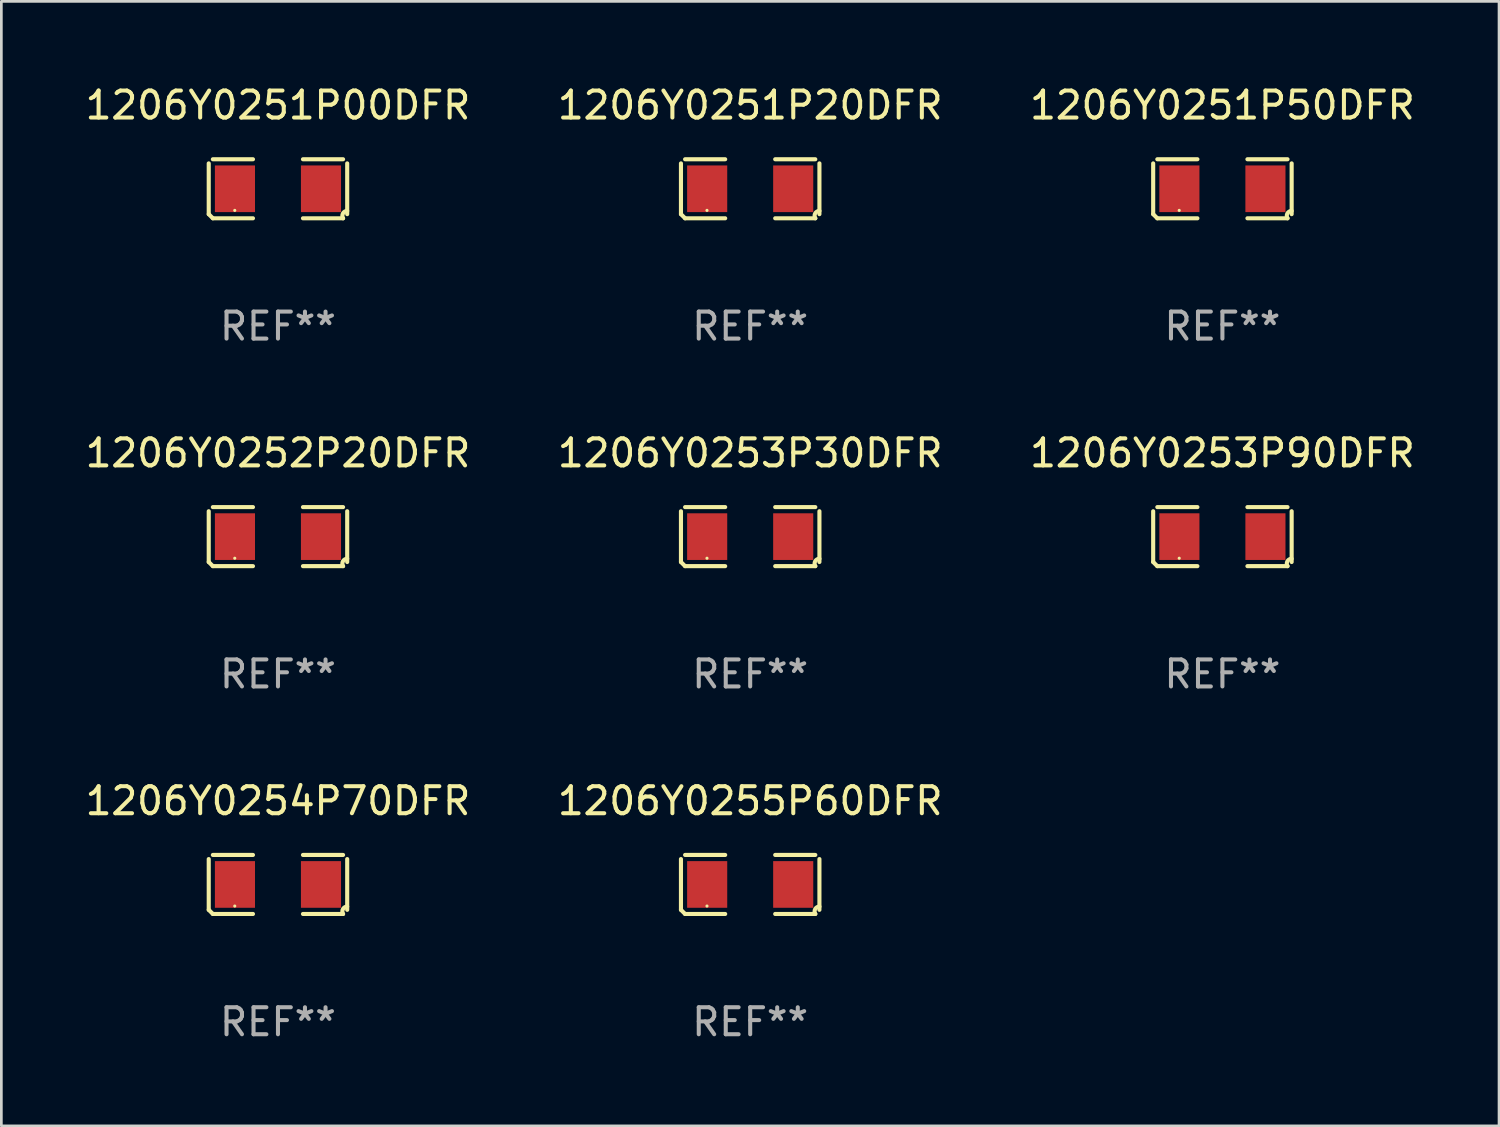
<source format=kicad_pcb>
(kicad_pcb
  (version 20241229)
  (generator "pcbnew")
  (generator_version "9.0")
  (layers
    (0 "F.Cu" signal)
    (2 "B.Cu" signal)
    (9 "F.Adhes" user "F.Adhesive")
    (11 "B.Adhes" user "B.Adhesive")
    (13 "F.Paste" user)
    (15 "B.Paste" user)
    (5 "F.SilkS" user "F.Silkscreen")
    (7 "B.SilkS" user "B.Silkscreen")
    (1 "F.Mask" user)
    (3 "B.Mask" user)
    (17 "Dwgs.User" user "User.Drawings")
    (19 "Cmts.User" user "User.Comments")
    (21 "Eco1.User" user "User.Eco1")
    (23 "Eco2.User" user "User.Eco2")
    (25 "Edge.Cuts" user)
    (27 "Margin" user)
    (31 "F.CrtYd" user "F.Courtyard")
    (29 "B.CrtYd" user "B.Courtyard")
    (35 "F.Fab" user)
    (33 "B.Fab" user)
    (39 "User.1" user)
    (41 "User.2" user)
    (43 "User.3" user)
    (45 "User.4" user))
  (footprint "1206Y0251P20DFR"
    (layer "F.Cu")
    (at 24.732 3.941)
    (property "Reference" "1206Y0251P20DFR" (at 0 -3.093 0) (layer "F.SilkS") (effects (font (size 1 1) (thickness 0.15))))
    (attr through_hole)
    (fp_line (start -2.564 0.94) (end -2.564 -0.94) (stroke (width 0.152) (type solid)) (layer "F.SilkS"))
    (fp_line (start -2.411 -1.093) (end -0.926 -1.093) (stroke (width 0.152) (type solid)) (layer "F.SilkS"))
    (fp_line (start -0.926 1.093) (end -2.411 1.093) (stroke (width 0.152) (type solid)) (layer "F.SilkS"))
    (fp_line (start 0.926 1.093) (end 2.411 1.093) (stroke (width 0.152) (type solid)) (layer "F.SilkS"))
    (fp_line (start 2.411 -1.093) (end 0.926 -1.093) (stroke (width 0.152) (type solid)) (layer "F.SilkS"))
    (fp_line (start 2.564 0.94) (end 2.564 -0.94) (stroke (width 0.152) (type solid)) (layer "F.SilkS"))
    (fp_arc (start -2.411201 1.092609) (mid -2.487413 1.01642) (end -2.563602 0.940208) (stroke (width 0.1524) (type solid)) (layer "F.SilkS"))
    (fp_arc (start 2.411201 1.092609) (mid 2.407159 0.911226) (end 2.563602 0.819347) (stroke (width 0.1524) (type solid)) (layer "F.SilkS"))
    (fp_circle (center -1.6 0.8) (end -1.57 0.8) (stroke (width 0.06) (type solid)) (fill no) (layer "F.SilkS"))
    (fp_text user "REF**" (at 0 5.093 0) (layer "F.Fab") (effects (font (size 1 1) (thickness 0.15))))
    (pad "1" smd rect (at -1.593 0) (size 1.485 1.728) (layers "F.Cu" "F.Mask" "F.Paste"))
    (pad "2" smd rect (at 1.593 0) (size 1.485 1.728) (layers "F.Cu" "F.Mask" "F.Paste")))
  (footprint "1206Y0254P70DFR"
    (layer "F.Cu")
    (at 7.244 29.704)
    (property "Reference" "1206Y0254P70DFR" (at 0 -3.093 0) (layer "F.SilkS") (effects (font (size 1 1) (thickness 0.15))))
    (attr through_hole)
    (fp_line (start -2.564 0.94) (end -2.564 -0.94) (stroke (width 0.152) (type solid)) (layer "F.SilkS"))
    (fp_line (start -2.411 -1.093) (end -0.926 -1.093) (stroke (width 0.152) (type solid)) (layer "F.SilkS"))
    (fp_line (start -0.926 1.093) (end -2.411 1.093) (stroke (width 0.152) (type solid)) (layer "F.SilkS"))
    (fp_line (start 0.926 1.093) (end 2.411 1.093) (stroke (width 0.152) (type solid)) (layer "F.SilkS"))
    (fp_line (start 2.411 -1.093) (end 0.926 -1.093) (stroke (width 0.152) (type solid)) (layer "F.SilkS"))
    (fp_line (start 2.564 0.94) (end 2.564 -0.94) (stroke (width 0.152) (type solid)) (layer "F.SilkS"))
    (fp_arc (start -2.411201 1.092609) (mid -2.487413 1.01642) (end -2.563602 0.940208) (stroke (width 0.1524) (type solid)) (layer "F.SilkS"))
    (fp_arc (start 2.411201 1.092609) (mid 2.407159 0.911226) (end 2.563602 0.819347) (stroke (width 0.1524) (type solid)) (layer "F.SilkS"))
    (fp_circle (center -1.6 0.8) (end -1.57 0.8) (stroke (width 0.06) (type solid)) (fill no) (layer "F.SilkS"))
    (fp_text user "REF**" (at 0 5.093 0) (layer "F.Fab") (effects (font (size 1 1) (thickness 0.15))))
    (pad "1" smd rect (at -1.593 0) (size 1.485 1.728) (layers "F.Cu" "F.Mask" "F.Paste"))
    (pad "2" smd rect (at 1.593 0) (size 1.485 1.728) (layers "F.Cu" "F.Mask" "F.Paste")))
  (footprint "1206Y0252P20DFR"
    (layer "F.Cu")
    (at 7.244 16.823)
    (property "Reference" "1206Y0252P20DFR" (at 0 -3.093 0) (layer "F.SilkS") (effects (font (size 1 1) (thickness 0.15))))
    (attr through_hole)
    (fp_line (start -2.564 0.94) (end -2.564 -0.94) (stroke (width 0.152) (type solid)) (layer "F.SilkS"))
    (fp_line (start -2.411 -1.093) (end -0.926 -1.093) (stroke (width 0.152) (type solid)) (layer "F.SilkS"))
    (fp_line (start -0.926 1.093) (end -2.411 1.093) (stroke (width 0.152) (type solid)) (layer "F.SilkS"))
    (fp_line (start 0.926 1.093) (end 2.411 1.093) (stroke (width 0.152) (type solid)) (layer "F.SilkS"))
    (fp_line (start 2.411 -1.093) (end 0.926 -1.093) (stroke (width 0.152) (type solid)) (layer "F.SilkS"))
    (fp_line (start 2.564 0.94) (end 2.564 -0.94) (stroke (width 0.152) (type solid)) (layer "F.SilkS"))
    (fp_arc (start -2.411201 1.092609) (mid -2.487413 1.01642) (end -2.563602 0.940208) (stroke (width 0.1524) (type solid)) (layer "F.SilkS"))
    (fp_arc (start 2.411201 1.092609) (mid 2.407159 0.911226) (end 2.563602 0.819347) (stroke (width 0.1524) (type solid)) (layer "F.SilkS"))
    (fp_circle (center -1.6 0.8) (end -1.57 0.8) (stroke (width 0.06) (type solid)) (fill no) (layer "F.SilkS"))
    (fp_text user "REF**" (at 0 5.093 0) (layer "F.Fab") (effects (font (size 1 1) (thickness 0.15))))
    (pad "1" smd rect (at -1.593 0) (size 1.485 1.728) (layers "F.Cu" "F.Mask" "F.Paste"))
    (pad "2" smd rect (at 1.593 0) (size 1.485 1.728) (layers "F.Cu" "F.Mask" "F.Paste")))
  (footprint "1206Y0251P50DFR"
    (layer "F.Cu")
    (at 42.22 3.941)
    (property "Reference" "1206Y0251P50DFR" (at 0 -3.093 0) (layer "F.SilkS") (effects (font (size 1 1) (thickness 0.15))))
    (attr through_hole)
    (fp_line (start -2.564 0.94) (end -2.564 -0.94) (stroke (width 0.152) (type solid)) (layer "F.SilkS"))
    (fp_line (start -2.411 -1.093) (end -0.926 -1.093) (stroke (width 0.152) (type solid)) (layer "F.SilkS"))
    (fp_line (start -0.926 1.093) (end -2.411 1.093) (stroke (width 0.152) (type solid)) (layer "F.SilkS"))
    (fp_line (start 0.926 1.093) (end 2.411 1.093) (stroke (width 0.152) (type solid)) (layer "F.SilkS"))
    (fp_line (start 2.411 -1.093) (end 0.926 -1.093) (stroke (width 0.152) (type solid)) (layer "F.SilkS"))
    (fp_line (start 2.564 0.94) (end 2.564 -0.94) (stroke (width 0.152) (type solid)) (layer "F.SilkS"))
    (fp_arc (start -2.411201 1.092609) (mid -2.487413 1.01642) (end -2.563602 0.940208) (stroke (width 0.1524) (type solid)) (layer "F.SilkS"))
    (fp_arc (start 2.411201 1.092609) (mid 2.407159 0.911226) (end 2.563602 0.819347) (stroke (width 0.1524) (type solid)) (layer "F.SilkS"))
    (fp_circle (center -1.6 0.8) (end -1.57 0.8) (stroke (width 0.06) (type solid)) (fill no) (layer "F.SilkS"))
    (fp_text user "REF**" (at 0 5.093 0) (layer "F.Fab") (effects (font (size 1 1) (thickness 0.15))))
    (pad "1" smd rect (at -1.593 0) (size 1.485 1.728) (layers "F.Cu" "F.Mask" "F.Paste"))
    (pad "2" smd rect (at 1.593 0) (size 1.485 1.728) (layers "F.Cu" "F.Mask" "F.Paste")))
  (footprint "1206Y0253P90DFR"
    (layer "F.Cu")
    (at 42.22 16.823)
    (property "Reference" "1206Y0253P90DFR" (at 0 -3.093 0) (layer "F.SilkS") (effects (font (size 1 1) (thickness 0.15))))
    (attr through_hole)
    (fp_line (start -2.564 0.94) (end -2.564 -0.94) (stroke (width 0.152) (type solid)) (layer "F.SilkS"))
    (fp_line (start -2.411 -1.093) (end -0.926 -1.093) (stroke (width 0.152) (type solid)) (layer "F.SilkS"))
    (fp_line (start -0.926 1.093) (end -2.411 1.093) (stroke (width 0.152) (type solid)) (layer "F.SilkS"))
    (fp_line (start 0.926 1.093) (end 2.411 1.093) (stroke (width 0.152) (type solid)) (layer "F.SilkS"))
    (fp_line (start 2.411 -1.093) (end 0.926 -1.093) (stroke (width 0.152) (type solid)) (layer "F.SilkS"))
    (fp_line (start 2.564 0.94) (end 2.564 -0.94) (stroke (width 0.152) (type solid)) (layer "F.SilkS"))
    (fp_arc (start -2.411201 1.092609) (mid -2.487413 1.01642) (end -2.563602 0.940208) (stroke (width 0.1524) (type solid)) (layer "F.SilkS"))
    (fp_arc (start 2.411201 1.092609) (mid 2.407159 0.911226) (end 2.563602 0.819347) (stroke (width 0.1524) (type solid)) (layer "F.SilkS"))
    (fp_circle (center -1.6 0.8) (end -1.57 0.8) (stroke (width 0.06) (type solid)) (fill no) (layer "F.SilkS"))
    (fp_text user "REF**" (at 0 5.093 0) (layer "F.Fab") (effects (font (size 1 1) (thickness 0.15))))
    (pad "1" smd rect (at -1.593 0) (size 1.485 1.728) (layers "F.Cu" "F.Mask" "F.Paste"))
    (pad "2" smd rect (at 1.593 0) (size 1.485 1.728) (layers "F.Cu" "F.Mask" "F.Paste")))
  (footprint "1206Y0251P00DFR"
    (layer "F.Cu")
    (at 7.244 3.941)
    (property "Reference" "1206Y0251P00DFR" (at 0 -3.093 0) (layer "F.SilkS") (effects (font (size 1 1) (thickness 0.15))))
    (attr through_hole)
    (fp_line (start -2.564 0.94) (end -2.564 -0.94) (stroke (width 0.152) (type solid)) (layer "F.SilkS"))
    (fp_line (start -2.411 -1.093) (end -0.926 -1.093) (stroke (width 0.152) (type solid)) (layer "F.SilkS"))
    (fp_line (start -0.926 1.093) (end -2.411 1.093) (stroke (width 0.152) (type solid)) (layer "F.SilkS"))
    (fp_line (start 0.926 1.093) (end 2.411 1.093) (stroke (width 0.152) (type solid)) (layer "F.SilkS"))
    (fp_line (start 2.411 -1.093) (end 0.926 -1.093) (stroke (width 0.152) (type solid)) (layer "F.SilkS"))
    (fp_line (start 2.564 0.94) (end 2.564 -0.94) (stroke (width 0.152) (type solid)) (layer "F.SilkS"))
    (fp_arc (start -2.411201 1.092609) (mid -2.487413 1.01642) (end -2.563602 0.940208) (stroke (width 0.1524) (type solid)) (layer "F.SilkS"))
    (fp_arc (start 2.411201 1.092609) (mid 2.407159 0.911226) (end 2.563602 0.819347) (stroke (width 0.1524) (type solid)) (layer "F.SilkS"))
    (fp_circle (center -1.6 0.8) (end -1.57 0.8) (stroke (width 0.06) (type solid)) (fill no) (layer "F.SilkS"))
    (fp_text user "REF**" (at 0 5.093 0) (layer "F.Fab") (effects (font (size 1 1) (thickness 0.15))))
    (pad "1" smd rect (at -1.593 0) (size 1.485 1.728) (layers "F.Cu" "F.Mask" "F.Paste"))
    (pad "2" smd rect (at 1.593 0) (size 1.485 1.728) (layers "F.Cu" "F.Mask" "F.Paste")))
  (footprint "1206Y0253P30DFR"
    (layer "F.Cu")
    (at 24.732 16.823)
    (property "Reference" "1206Y0253P30DFR" (at 0 -3.093 0) (layer "F.SilkS") (effects (font (size 1 1) (thickness 0.15))))
    (attr through_hole)
    (fp_line (start -2.564 0.94) (end -2.564 -0.94) (stroke (width 0.152) (type solid)) (layer "F.SilkS"))
    (fp_line (start -2.411 -1.093) (end -0.926 -1.093) (stroke (width 0.152) (type solid)) (layer "F.SilkS"))
    (fp_line (start -0.926 1.093) (end -2.411 1.093) (stroke (width 0.152) (type solid)) (layer "F.SilkS"))
    (fp_line (start 0.926 1.093) (end 2.411 1.093) (stroke (width 0.152) (type solid)) (layer "F.SilkS"))
    (fp_line (start 2.411 -1.093) (end 0.926 -1.093) (stroke (width 0.152) (type solid)) (layer "F.SilkS"))
    (fp_line (start 2.564 0.94) (end 2.564 -0.94) (stroke (width 0.152) (type solid)) (layer "F.SilkS"))
    (fp_arc (start -2.411201 1.092609) (mid -2.487413 1.01642) (end -2.563602 0.940208) (stroke (width 0.1524) (type solid)) (layer "F.SilkS"))
    (fp_arc (start 2.411201 1.092609) (mid 2.407159 0.911226) (end 2.563602 0.819347) (stroke (width 0.1524) (type solid)) (layer "F.SilkS"))
    (fp_circle (center -1.6 0.8) (end -1.57 0.8) (stroke (width 0.06) (type solid)) (fill no) (layer "F.SilkS"))
    (fp_text user "REF**" (at 0 5.093 0) (layer "F.Fab") (effects (font (size 1 1) (thickness 0.15))))
    (pad "1" smd rect (at -1.593 0) (size 1.485 1.728) (layers "F.Cu" "F.Mask" "F.Paste"))
    (pad "2" smd rect (at 1.593 0) (size 1.485 1.728) (layers "F.Cu" "F.Mask" "F.Paste")))
  (footprint "1206Y0255P60DFR"
    (layer "F.Cu")
    (at 24.732 29.704)
    (property "Reference" "1206Y0255P60DFR" (at 0 -3.093 0) (layer "F.SilkS") (effects (font (size 1 1) (thickness 0.15))))
    (attr through_hole)
    (fp_line (start -2.564 0.94) (end -2.564 -0.94) (stroke (width 0.152) (type solid)) (layer "F.SilkS"))
    (fp_line (start -2.411 -1.093) (end -0.926 -1.093) (stroke (width 0.152) (type solid)) (layer "F.SilkS"))
    (fp_line (start -0.926 1.093) (end -2.411 1.093) (stroke (width 0.152) (type solid)) (layer "F.SilkS"))
    (fp_line (start 0.926 1.093) (end 2.411 1.093) (stroke (width 0.152) (type solid)) (layer "F.SilkS"))
    (fp_line (start 2.411 -1.093) (end 0.926 -1.093) (stroke (width 0.152) (type solid)) (layer "F.SilkS"))
    (fp_line (start 2.564 0.94) (end 2.564 -0.94) (stroke (width 0.152) (type solid)) (layer "F.SilkS"))
    (fp_arc (start -2.411201 1.092609) (mid -2.487413 1.01642) (end -2.563602 0.940208) (stroke (width 0.1524) (type solid)) (layer "F.SilkS"))
    (fp_arc (start 2.411201 1.092609) (mid 2.407159 0.911226) (end 2.563602 0.819347) (stroke (width 0.1524) (type solid)) (layer "F.SilkS"))
    (fp_circle (center -1.6 0.8) (end -1.57 0.8) (stroke (width 0.06) (type solid)) (fill no) (layer "F.SilkS"))
    (fp_text user "REF**" (at 0 5.093 0) (layer "F.Fab") (effects (font (size 1 1) (thickness 0.15))))
    (pad "1" smd rect (at -1.593 0) (size 1.485 1.728) (layers "F.Cu" "F.Mask" "F.Paste"))
    (pad "2" smd rect (at 1.593 0) (size 1.485 1.728) (layers "F.Cu" "F.Mask" "F.Paste")))
  (gr_rect
    (start -3 -3)
    (end 52.464 38.645)
    (stroke (width 0.1) (type default))
    (fill no)
    (layer "Edge.Cuts")))
</source>
